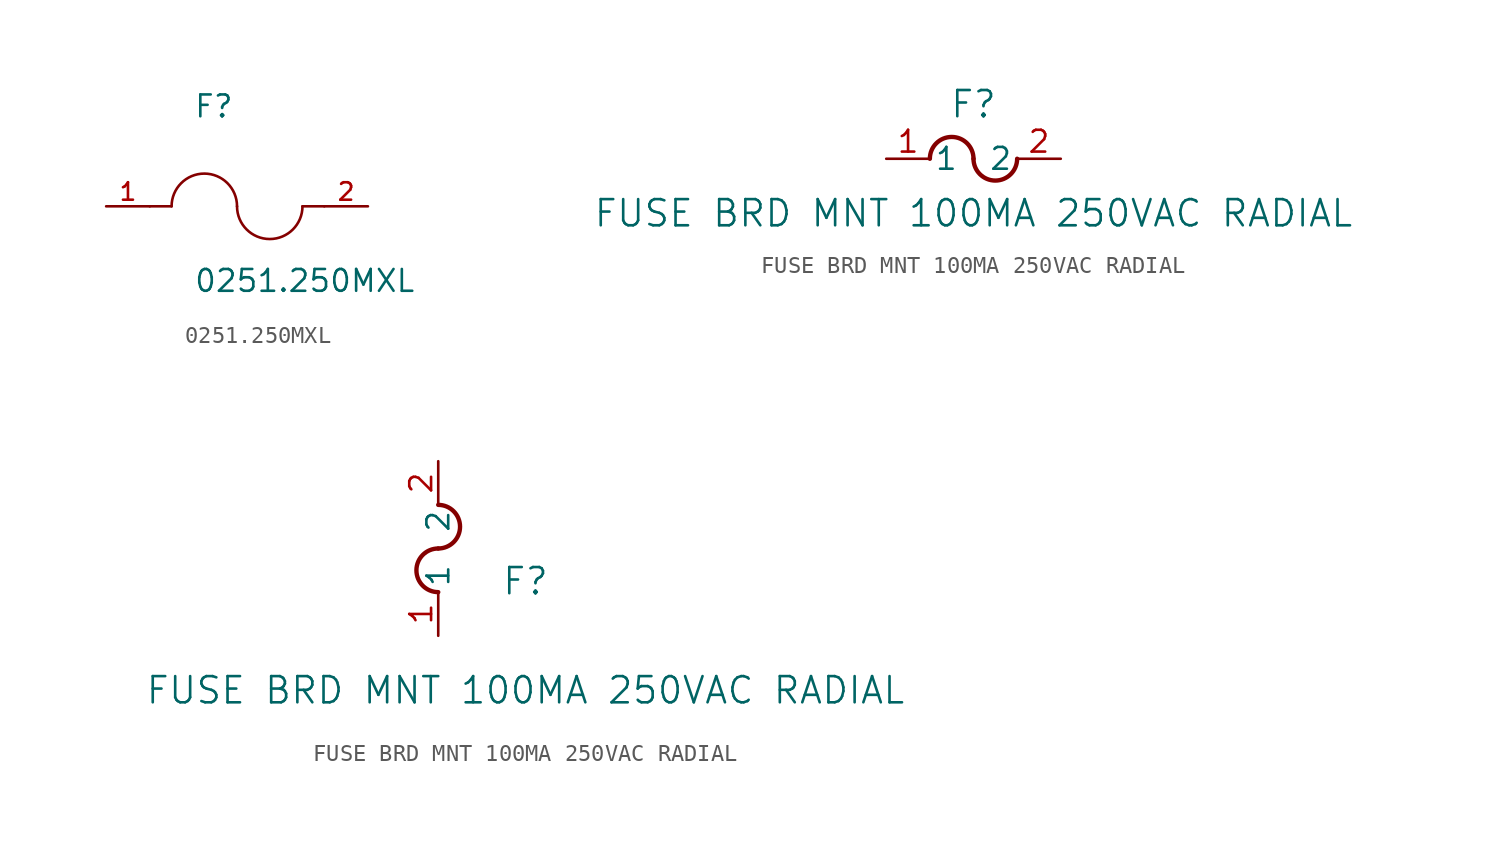
<source format=kicad_sym>
(kicad_symbol_lib
  (version 20241209)
  (generator "kicad_symbol_editor")
  (generator_version "9.0")
  (symbol "0251.250MXL"
    (pin_names
      (offset 1.016))
    (property "Reference" "F"
      (at -2.54 5.08 0)
      (effects (font (size 1.27 1.27)) (justify left bottom)))
    (property "Value" "0251.250MXL"
      (at -2.54 -5.08 0)
      (effects (font (size 1.27 1.27)) (justify left bottom)))
    (symbol "0251.250MXL_0_0"
      (polyline (pts (xy -5.08 0) (xy -3.81 0)) (stroke (width 0.152) (type default)) (fill (type none)))
      (arc (start -3.81 0) (mid -1.905 1.8967) (end 0 0) (stroke (width 0.1524) (type default)) (fill (type none)))
      (arc (start 3.81 0) (mid 1.905 -1.8967) (end 0 0) (stroke (width 0.1524) (type default)) (fill (type none)))
      (polyline (pts (xy 5.08 0) (xy 3.81 0)) (stroke (width 0.152) (type default)) (fill (type none)))
      (pin passive line (at -7.62 0 0) (length 2.54) (name "~" (effects (font (size 1.016 1.016)))) (number "1" (effects (font (size 1.016 1.016)))))
      (pin passive line (at 7.62 0 180) (length 2.54) (name "~" (effects (font (size 1.016 1.016)))) (number "2" (effects (font (size 1.016 1.016)))))))
  (symbol "FUSE BRD MNT 100MA 250VAC RADIAL"
    (pin_names
      (offset 0.254))
    (property "Reference" "F"
      (at 5.08 3.175 0)
      (effects (font (size 1.524 1.524))))
    (property "Value" "FUSE BRD MNT 100MA 250VAC RADIAL"
      (at 5.08 -3.175 0)
      (effects (font (size 1.524 1.524))))
    (symbol "FUSE BRD MNT 100MA 250VAC RADIAL_1_1"
      (arc (start 2.54 0) (mid 3.81 1.2645) (end 5.08 0) (stroke (width 0.254) (type default)) (fill (type none)))
      (arc (start 7.62 0) (mid 6.35 -1.2645) (end 5.08 0) (stroke (width 0.254) (type default)) (fill (type none)))
      (pin unspecified line (at 0 0 0) (length 2.54) (name "1" (effects (font (size 1.27 1.27)))) (number "1" (effects (font (size 1.27 1.27)))))
      (pin unspecified line (at 10.16 0 180) (length 2.54) (name "2" (effects (font (size 1.27 1.27)))) (number "2" (effects (font (size 1.27 1.27))))))
    (symbol "FUSE BRD MNT 100MA 250VAC RADIAL_1_2"
      (arc (start 0 7.62) (mid 1.2645 6.35) (end 0 5.08) (stroke (width 0.254) (type default)) (fill (type none)))
      (arc (start 0 2.54) (mid -1.2645 3.81) (end 0 5.08) (stroke (width 0.254) (type default)) (fill (type none)))
      (pin unspecified line (at 0 10.16 270) (length 2.54) (name "2" (effects (font (size 1.27 1.27)))) (number "2" (effects (font (size 1.27 1.27)))))
      (pin unspecified line (at 0 0 90) (length 2.54) (name "1" (effects (font (size 1.27 1.27)))) (number "1" (effects (font (size 1.27 1.27))))))))
</source>
